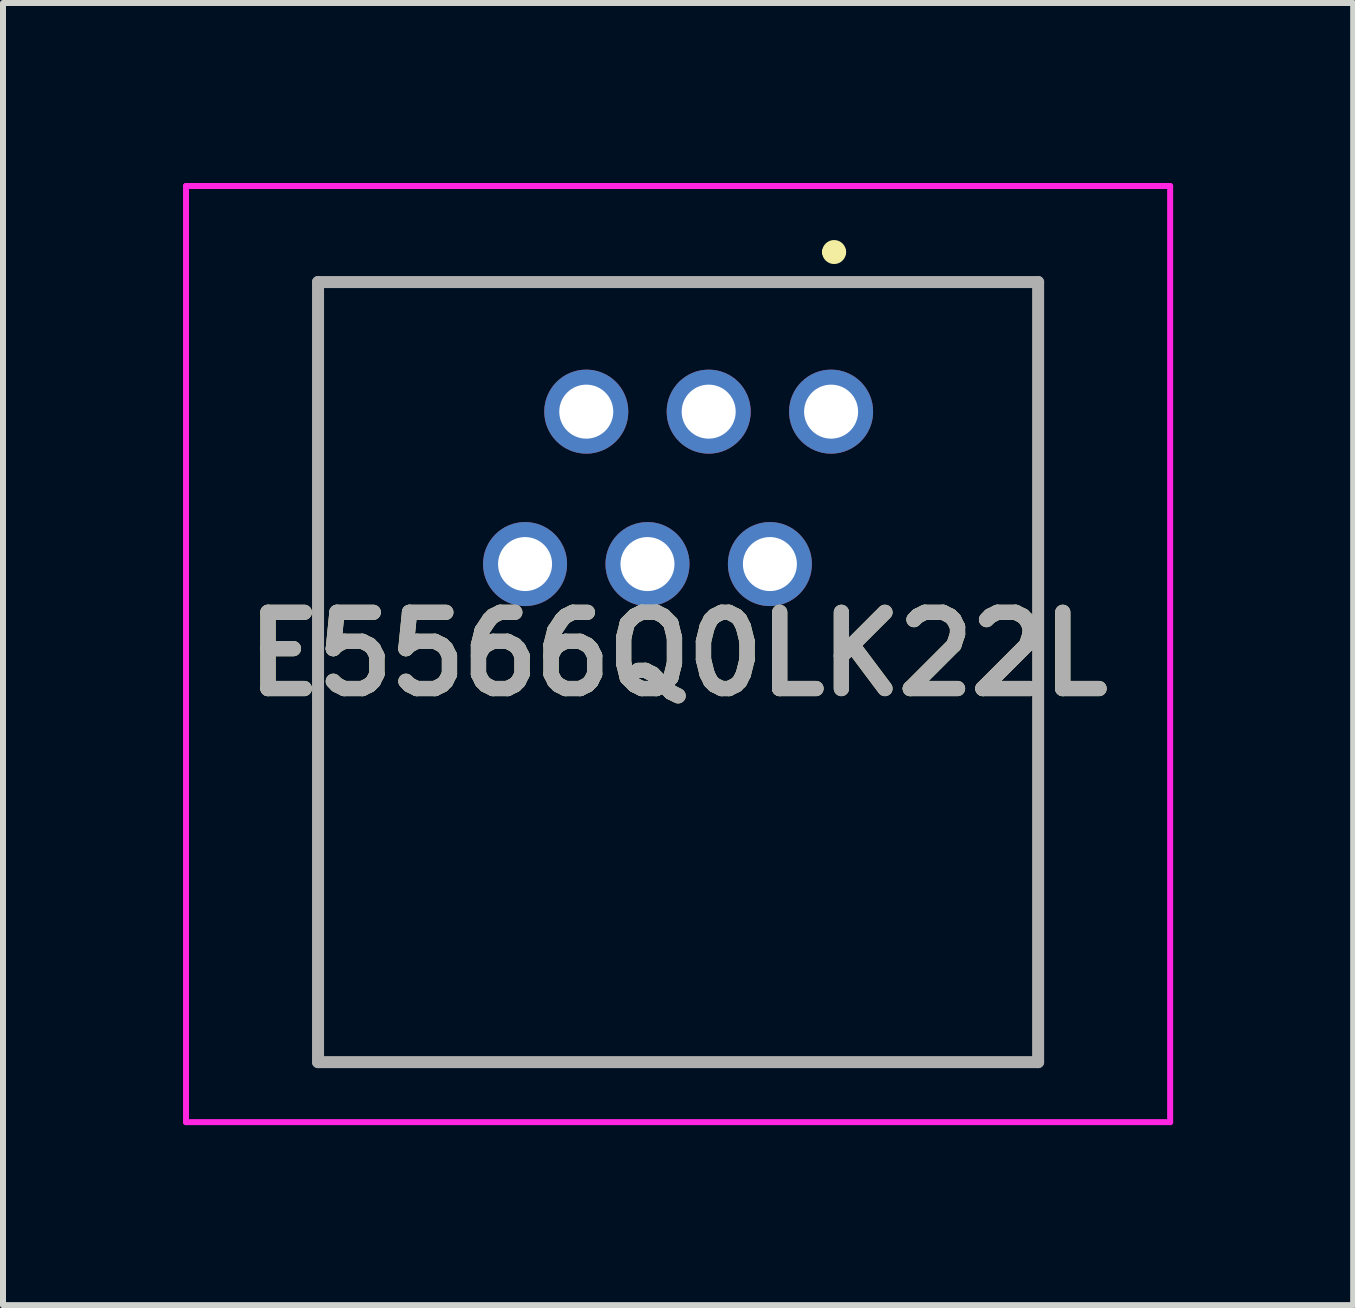
<source format=kicad_pcb>
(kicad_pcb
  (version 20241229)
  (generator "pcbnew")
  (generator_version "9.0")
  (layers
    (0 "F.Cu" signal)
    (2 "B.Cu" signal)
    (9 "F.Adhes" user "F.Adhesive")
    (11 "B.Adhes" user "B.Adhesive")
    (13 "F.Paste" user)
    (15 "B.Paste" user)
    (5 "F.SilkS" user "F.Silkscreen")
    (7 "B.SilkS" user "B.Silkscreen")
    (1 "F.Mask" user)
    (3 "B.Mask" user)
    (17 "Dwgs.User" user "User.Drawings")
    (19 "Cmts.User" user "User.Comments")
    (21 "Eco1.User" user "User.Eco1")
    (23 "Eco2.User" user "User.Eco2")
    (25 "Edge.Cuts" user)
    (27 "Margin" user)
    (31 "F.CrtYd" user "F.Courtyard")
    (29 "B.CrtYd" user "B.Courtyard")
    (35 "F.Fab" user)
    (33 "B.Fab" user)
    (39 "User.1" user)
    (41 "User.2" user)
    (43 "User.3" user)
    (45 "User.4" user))
  (footprint "E5566Q0LK22L"
    (layer "F.Cu")
    (at 8.25 7.85)
    (property "Reference" "E5566Q0LK22L" (at 0 0 0) (layer "F.SilkS") (effects (font (size 1.27 1.27) (thickness 0.254))))
    (attr through_hole)
    (fp_line (start -6 -6.2) (end 6 -6.2) (stroke (width 0.1) (type solid)) (layer "F.SilkS"))
    (fp_line (start -6 -1.2) (end -6 -6.2) (stroke (width 0.1) (type solid)) (layer "F.SilkS"))
    (fp_line (start -6 2.8) (end -6 6.8) (stroke (width 0.1) (type solid)) (layer "F.SilkS"))
    (fp_line (start -6 6.8) (end 6 6.8) (stroke (width 0.1) (type solid)) (layer "F.SilkS"))
    (fp_line (start 2.5 -6.7) (end 2.5 -6.7) (stroke (width 0.2) (type solid)) (layer "F.SilkS"))
    (fp_line (start 2.7 -6.7) (end 2.7 -6.7) (stroke (width 0.2) (type solid)) (layer "F.SilkS"))
    (fp_line (start 6 -6.2) (end 6 -1.2) (stroke (width 0.1) (type solid)) (layer "F.SilkS"))
    (fp_line (start 6 6.8) (end 6 2.8) (stroke (width 0.1) (type solid)) (layer "F.SilkS"))
    (fp_arc (start 2.5 -6.7) (mid 2.6 -6.8) (end 2.7 -6.7) (stroke (width 0.2) (type solid)) (layer "F.SilkS"))
    (fp_arc (start 2.7 -6.7) (mid 2.6 -6.6) (end 2.5 -6.7) (stroke (width 0.2) (type solid)) (layer "F.SilkS"))
    (fp_line (start -8.2 -7.8) (end 8.2 -7.8) (stroke (width 0.1) (type solid)) (layer "F.CrtYd"))
    (fp_line (start -8.2 7.8) (end -8.2 -7.8) (stroke (width 0.1) (type solid)) (layer "F.CrtYd"))
    (fp_line (start 8.2 -7.8) (end 8.2 7.8) (stroke (width 0.1) (type solid)) (layer "F.CrtYd"))
    (fp_line (start 8.2 7.8) (end -8.2 7.8) (stroke (width 0.1) (type solid)) (layer "F.CrtYd"))
    (fp_line (start -6 -6.2) (end 6 -6.2) (stroke (width 0.2) (type solid)) (layer "F.Fab"))
    (fp_line (start -6 6.8) (end -6 -6.2) (stroke (width 0.2) (type solid)) (layer "F.Fab"))
    (fp_line (start 6 -6.2) (end 6 6.8) (stroke (width 0.2) (type solid)) (layer "F.Fab"))
    (fp_line (start 6 6.8) (end -6 6.8) (stroke (width 0.2) (type solid)) (layer "F.Fab"))
    (fp_text user "${REFERENCE}" (at 0 0 0) (layer "F.Fab") (effects (font (size 1.27 1.27) (thickness 0.254))))
    (pad "" np_thru_hole circle (at -6 0.8) (size 0.001 0.001) (drill 2.4) (layers "*.Cu" "*.Mask"))
    (pad "" np_thru_hole circle (at 6 0.8) (size 0.001 0.001) (drill 2.4) (layers "*.Cu" "*.Mask"))
    (pad "1" thru_hole circle (at 2.55 -4.04) (size 1.4 1.4) (drill 0.9) (layers "*.Cu" "*.Mask"))
    (pad "2" thru_hole circle (at 1.53 -1.5) (size 1.4 1.4) (drill 0.9) (layers "*.Cu" "*.Mask"))
    (pad "3" thru_hole circle (at 0.51 -4.04) (size 1.4 1.4) (drill 0.9) (layers "*.Cu" "*.Mask"))
    (pad "4" thru_hole circle (at -0.51 -1.5) (size 1.4 1.4) (drill 0.9) (layers "*.Cu" "*.Mask"))
    (pad "5" thru_hole circle (at -1.53 -4.04) (size 1.4 1.4) (drill 0.9) (layers "*.Cu" "*.Mask"))
    (pad "6" thru_hole circle (at -2.55 -1.5) (size 1.4 1.4) (drill 0.9) (layers "*.Cu" "*.Mask")))
  (gr_rect
    (start -3 -3)
    (end 19.5 18.7)
    (stroke (width 0.1) (type default))
    (fill no)
    (layer "Edge.Cuts")))
</source>
